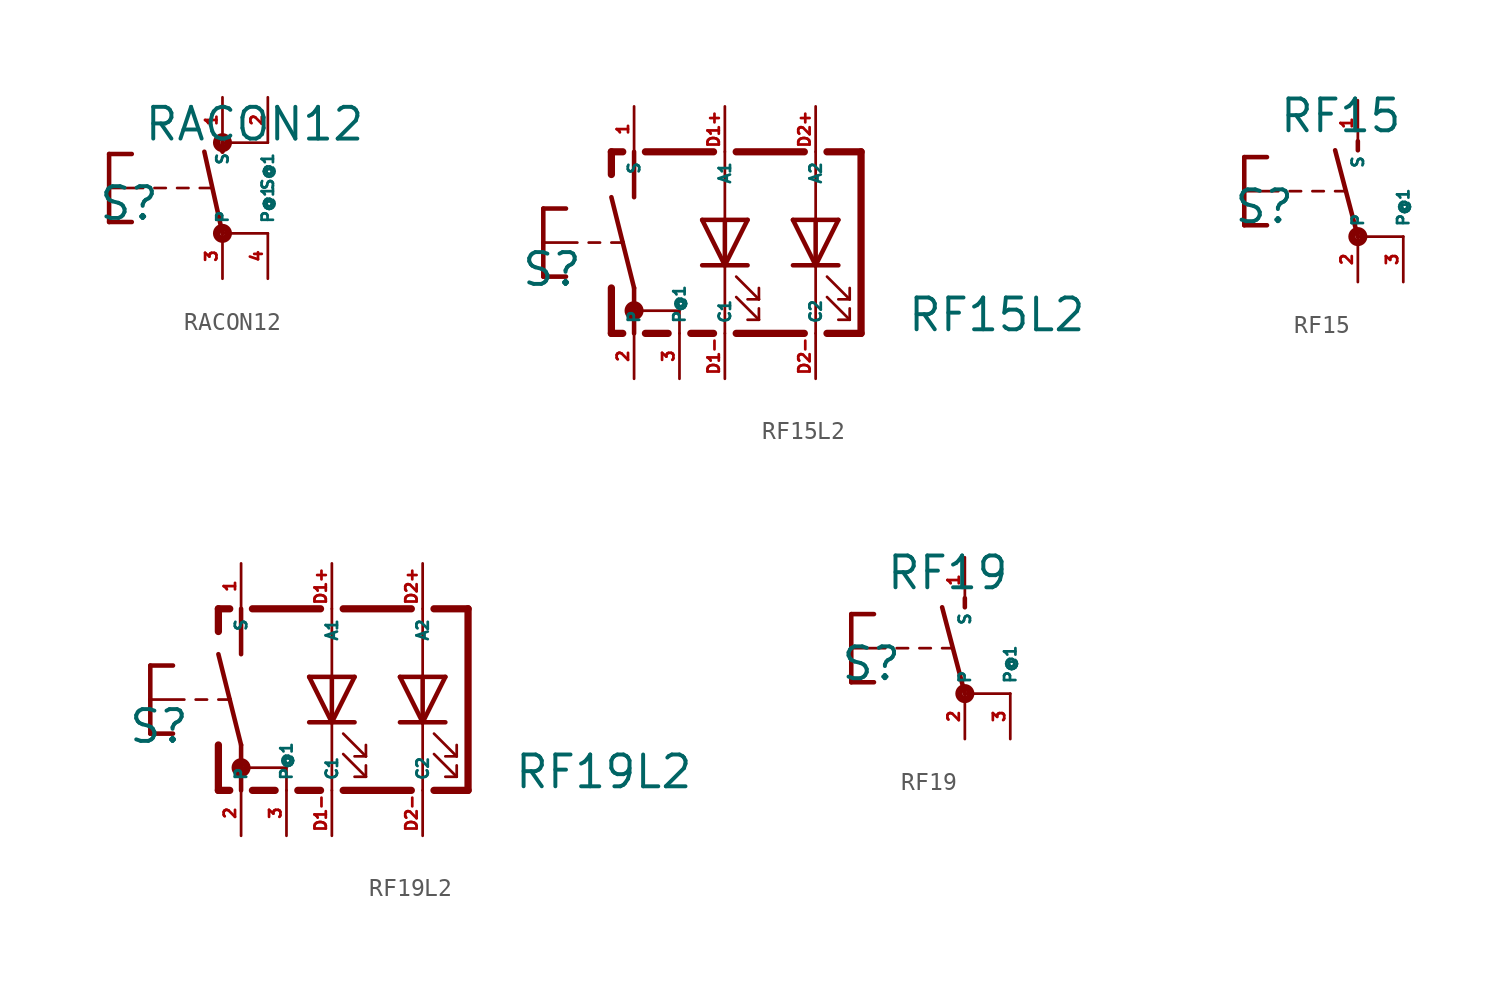
<source format=kicad_sym>
(kicad_symbol_lib
  (version 20220914)
  (generator Eagle2Kicad)
  (symbol "RACON12"
    (property "Reference" "S"
      (at -6.985 -1.905 0)
      (effects (font (size 1.778 1.778) (thickness 0.22)) (justify left bottom)))
    (property "Value" "RACON12"
      (at -4.445 2.54 0)
      (effects (font (size 1.778 1.778) (thickness 0.22)) (justify left bottom)))
    (polyline
      (pts (xy 0 2.032) (xy 0 2.54))
      (stroke (width 0.254) (type default))
      (fill (type none)))
    (polyline
      (pts (xy -6.35 1.905) (xy -5.08 1.905))
      (stroke (width 0.254) (type default))
      (fill (type none)))
    (polyline
      (pts (xy -6.35 1.905) (xy -6.35 0))
      (stroke (width 0.254) (type default))
      (fill (type none)))
    (polyline
      (pts (xy -6.35 -1.905) (xy -5.08 -1.905))
      (stroke (width 0.254) (type default))
      (fill (type none)))
    (polyline
      (pts (xy -6.35 0) (xy -4.445 0))
      (stroke (width 0.152) (type default))
      (fill (type none)))
    (polyline
      (pts (xy -6.35 0) (xy -6.35 -1.905))
      (stroke (width 0.254) (type default))
      (fill (type none)))
    (polyline
      (pts (xy -2.54 0) (xy -1.905 0))
      (stroke (width 0.152) (type default))
      (fill (type none)))
    (polyline
      (pts (xy -1.27 0) (xy -0.635 0))
      (stroke (width 0.152) (type default))
      (fill (type none)))
    (polyline
      (pts (xy -3.81 0) (xy -3.175 0))
      (stroke (width 0.152) (type default))
      (fill (type none)))
    (polyline
      (pts (xy 2.54 2.54) (xy 0 2.54))
      (stroke (width 0.152) (type default))
      (fill (type none)))
    (polyline
      (pts (xy 2.54 -2.54) (xy 0 -2.54))
      (stroke (width 0.152) (type default))
      (fill (type none)))
    (polyline
      (pts (xy 0 -2.54) (xy -1.016 2.032))
      (stroke (width 0.254) (type default))
      (fill (type none)))
    (circle
      (center 0 -2.54)
      (radius 0.127)
      (stroke (width 0.406) (type default))
      (fill (type none)))
    (circle
      (center 0 2.54)
      (radius 0.127)
      (stroke (width 0.406) (type default))
      (fill (type none)))
    (pin passive line
      (at 0 5.08 270)
      (length 2.54)
      (name "S" (effects (font (size 0.635 0.635) (thickness 0.08)) (justify left bottom)))
      (number "1" (effects (font (size 0.635 0.635) (thickness 0.08)) (justify left bottom))))
    (pin passive line
      (at 0 -5.08 90)
      (length 2.54)
      (name "P" (effects (font (size 0.635 0.635) (thickness 0.08)) (justify left bottom)))
      (number "3" (effects (font (size 0.635 0.635) (thickness 0.08)) (justify left bottom))))
    (pin passive line
      (at 2.54 -5.08 90)
      (length 2.54)
      (name "P@1" (effects (font (size 0.635 0.635) (thickness 0.08)) (justify left bottom)))
      (number "4" (effects (font (size 0.635 0.635) (thickness 0.08)) (justify left bottom))))
    (pin passive line
      (at 2.54 5.08 270)
      (length 2.54)
      (name "S@1" (effects (font (size 0.635 0.635) (thickness 0.08)) (justify left bottom)))
      (number "2" (effects (font (size 0.635 0.635) (thickness 0.08)) (justify left bottom)))))
  (symbol "RF15L2"
    (property "Reference" "S"
      (at -6.35 -2.54 0)
      (effects (font (size 1.778 1.778) (thickness 0.22)) (justify left bottom)))
    (property "Value" "RF15L2"
      (at 15.24 -5.08 0)
      (effects (font (size 1.778 1.778) (thickness 0.22)) (justify left bottom)))
    (polyline
      (pts (xy 0 -2.54) (xy 0 -5.08))
      (stroke (width 0.254) (type default))
      (fill (type none)))
    (polyline
      (pts (xy 0 2.54) (xy 0 5.08))
      (stroke (width 0.254) (type default))
      (fill (type none)))
    (polyline
      (pts (xy 0 -2.54) (xy -0.635 0))
      (stroke (width 0.254) (type default))
      (fill (type none)))
    (polyline
      (pts (xy -5.08 1.905) (xy -3.81 1.905))
      (stroke (width 0.254) (type default))
      (fill (type none)))
    (polyline
      (pts (xy -5.08 1.905) (xy -5.08 0))
      (stroke (width 0.254) (type default))
      (fill (type none)))
    (polyline
      (pts (xy -5.08 -1.905) (xy -3.81 -1.905))
      (stroke (width 0.254) (type default))
      (fill (type none)))
    (polyline
      (pts (xy -5.08 0) (xy -3.175 0))
      (stroke (width 0.152) (type default))
      (fill (type none)))
    (polyline
      (pts (xy -5.08 0) (xy -5.08 -1.905))
      (stroke (width 0.254) (type default))
      (fill (type none)))
    (polyline
      (pts (xy -2.54 0) (xy -1.905 0))
      (stroke (width 0.152) (type default))
      (fill (type none)))
    (polyline
      (pts (xy -1.27 0) (xy -0.635 0))
      (stroke (width 0.152) (type default))
      (fill (type none)))
    (polyline
      (pts (xy -0.635 0) (xy -1.27 2.54))
      (stroke (width 0.254) (type default))
      (fill (type none)))
    (polyline
      (pts (xy 6.35 1.27) (xy 5.08 -1.27))
      (stroke (width 0.254) (type default))
      (fill (type none)))
    (polyline
      (pts (xy 5.08 -1.27) (xy 3.81 1.27))
      (stroke (width 0.254) (type default))
      (fill (type none)))
    (polyline
      (pts (xy 6.35 -1.27) (xy 5.08 -1.27))
      (stroke (width 0.254) (type default))
      (fill (type none)))
    (polyline
      (pts (xy 5.08 -1.27) (xy 3.81 -1.27))
      (stroke (width 0.254) (type default))
      (fill (type none)))
    (polyline
      (pts (xy 5.715 -1.905) (xy 6.985 -3.175))
      (stroke (width 0.152) (type default))
      (fill (type none)))
    (polyline
      (pts (xy 6.985 -3.175) (xy 6.985 -2.54))
      (stroke (width 0.152) (type default))
      (fill (type none)))
    (polyline
      (pts (xy 6.985 -3.175) (xy 6.35 -3.175))
      (stroke (width 0.152) (type default))
      (fill (type none)))
    (polyline
      (pts (xy 5.715 -3.048) (xy 6.985 -4.318))
      (stroke (width 0.152) (type default))
      (fill (type none)))
    (polyline
      (pts (xy 6.985 -4.318) (xy 6.985 -3.683))
      (stroke (width 0.152) (type default))
      (fill (type none)))
    (polyline
      (pts (xy 6.985 -4.318) (xy 6.35 -4.318))
      (stroke (width 0.152) (type default))
      (fill (type none)))
    (polyline
      (pts (xy 6.35 1.27) (xy 5.08 1.27))
      (stroke (width 0.254) (type default))
      (fill (type none)))
    (polyline
      (pts (xy 5.08 1.27) (xy 3.81 1.27))
      (stroke (width 0.254) (type default))
      (fill (type none)))
    (polyline
      (pts (xy 5.08 1.27) (xy 5.08 -1.27))
      (stroke (width 0.254) (type default))
      (fill (type none)))
    (polyline
      (pts (xy 11.43 1.27) (xy 10.16 -1.27))
      (stroke (width 0.254) (type default))
      (fill (type none)))
    (polyline
      (pts (xy 10.16 -1.27) (xy 8.89 1.27))
      (stroke (width 0.254) (type default))
      (fill (type none)))
    (polyline
      (pts (xy 11.43 -1.27) (xy 10.16 -1.27))
      (stroke (width 0.254) (type default))
      (fill (type none)))
    (polyline
      (pts (xy 10.16 -1.27) (xy 8.89 -1.27))
      (stroke (width 0.254) (type default))
      (fill (type none)))
    (polyline
      (pts (xy 10.795 -1.905) (xy 12.065 -3.175))
      (stroke (width 0.152) (type default))
      (fill (type none)))
    (polyline
      (pts (xy 12.065 -3.175) (xy 12.065 -2.54))
      (stroke (width 0.152) (type default))
      (fill (type none)))
    (polyline
      (pts (xy 12.065 -3.175) (xy 11.43 -3.175))
      (stroke (width 0.152) (type default))
      (fill (type none)))
    (polyline
      (pts (xy 10.795 -3.048) (xy 12.065 -4.318))
      (stroke (width 0.152) (type default))
      (fill (type none)))
    (polyline
      (pts (xy 12.065 -4.318) (xy 12.065 -3.683))
      (stroke (width 0.152) (type default))
      (fill (type none)))
    (polyline
      (pts (xy 12.065 -4.318) (xy 11.43 -4.318))
      (stroke (width 0.152) (type default))
      (fill (type none)))
    (polyline
      (pts (xy 11.43 1.27) (xy 10.16 1.27))
      (stroke (width 0.254) (type default))
      (fill (type none)))
    (polyline
      (pts (xy 10.16 1.27) (xy 8.89 1.27))
      (stroke (width 0.254) (type default))
      (fill (type none)))
    (polyline
      (pts (xy 10.16 1.27) (xy 10.16 -1.27))
      (stroke (width 0.254) (type default))
      (fill (type none)))
    (polyline
      (pts (xy -1.27 -5.08) (xy -0.635 -5.08))
      (stroke (width 0.406) (type default))
      (fill (type none)))
    (polyline
      (pts (xy 10.795 -5.08) (xy 12.7 -5.08))
      (stroke (width 0.406) (type default))
      (fill (type none)))
    (polyline
      (pts (xy 12.7 -5.08) (xy 12.7 5.08))
      (stroke (width 0.406) (type default))
      (fill (type none)))
    (polyline
      (pts (xy 12.7 5.08) (xy 10.795 5.08))
      (stroke (width 0.406) (type default))
      (fill (type none)))
    (polyline
      (pts (xy -0.635 5.08) (xy -1.27 5.08))
      (stroke (width 0.406) (type default))
      (fill (type none)))
    (polyline
      (pts (xy -1.27 5.08) (xy -1.27 3.81))
      (stroke (width 0.406) (type default))
      (fill (type none)))
    (polyline
      (pts (xy -1.27 -2.54) (xy -1.27 -5.08))
      (stroke (width 0.406) (type default))
      (fill (type none)))
    (polyline
      (pts (xy -0.127 -3.81) (xy 2.54 -3.81))
      (stroke (width 0.152) (type default))
      (fill (type none)))
    (polyline
      (pts (xy 2.54 -5.08) (xy 2.54 -3.81))
      (stroke (width 0.152) (type default))
      (fill (type none)))
    (polyline
      (pts (xy 10.16 -5.08) (xy 10.16 -1.27))
      (stroke (width 0.152) (type default))
      (fill (type none)))
    (polyline
      (pts (xy 10.16 5.08) (xy 10.16 1.27))
      (stroke (width 0.152) (type default))
      (fill (type none)))
    (polyline
      (pts (xy 5.08 1.27) (xy 5.08 5.08))
      (stroke (width 0.152) (type default))
      (fill (type none)))
    (polyline
      (pts (xy 5.08 -5.08) (xy 5.08 -1.27))
      (stroke (width 0.152) (type default))
      (fill (type none)))
    (polyline
      (pts (xy 4.445 5.08) (xy 0.635 5.08))
      (stroke (width 0.406) (type default))
      (fill (type none)))
    (polyline
      (pts (xy 9.525 5.08) (xy 5.715 5.08))
      (stroke (width 0.406) (type default))
      (fill (type none)))
    (polyline
      (pts (xy 4.445 -5.08) (xy 3.175 -5.08))
      (stroke (width 0.406) (type default))
      (fill (type none)))
    (polyline
      (pts (xy 9.525 -5.08) (xy 5.715 -5.08))
      (stroke (width 0.406) (type default))
      (fill (type none)))
    (polyline
      (pts (xy 1.905 -5.08) (xy 0.635 -5.08))
      (stroke (width 0.406) (type default))
      (fill (type none)))
    (circle
      (center 0 -3.81)
      (radius 0.127)
      (stroke (width 0.406) (type default))
      (fill (type none)))
    (pin passive line
      (at 0 -7.62 90)
      (length 2.54)
      (name "P" (effects (font (size 0.635 0.635) (thickness 0.08)) (justify left bottom)))
      (number "2" (effects (font (size 0.635 0.635) (thickness 0.08)) (justify left bottom))))
    (pin passive line
      (at 0 7.62 270)
      (length 2.54)
      (name "S" (effects (font (size 0.635 0.635) (thickness 0.08)) (justify left bottom)))
      (number "1" (effects (font (size 0.635 0.635) (thickness 0.08)) (justify left bottom))))
    (pin passive line
      (at 2.54 -7.62 90)
      (length 2.54)
      (name "P@1" (effects (font (size 0.635 0.635) (thickness 0.08)) (justify left bottom)))
      (number "3" (effects (font (size 0.635 0.635) (thickness 0.08)) (justify left bottom))))
    (pin passive line
      (at 5.08 -7.62 90)
      (length 2.54)
      (name "C1" (effects (font (size 0.635 0.635) (thickness 0.08)) (justify left bottom)))
      (number "D1-" (effects (font (size 0.635 0.635) (thickness 0.08)) (justify left bottom))))
    (pin passive line
      (at 5.08 7.62 270)
      (length 2.54)
      (name "A1" (effects (font (size 0.635 0.635) (thickness 0.08)) (justify left bottom)))
      (number "D1+" (effects (font (size 0.635 0.635) (thickness 0.08)) (justify left bottom))))
    (pin passive line
      (at 10.16 -7.62 90)
      (length 2.54)
      (name "C2" (effects (font (size 0.635 0.635) (thickness 0.08)) (justify left bottom)))
      (number "D2-" (effects (font (size 0.635 0.635) (thickness 0.08)) (justify left bottom))))
    (pin passive line
      (at 10.16 7.62 270)
      (length 2.54)
      (name "A2" (effects (font (size 0.635 0.635) (thickness 0.08)) (justify left bottom)))
      (number "D2+" (effects (font (size 0.635 0.635) (thickness 0.08)) (justify left bottom)))))
  (symbol "RF15"
    (property "Reference" "S"
      (at -6.985 -1.905 0)
      (effects (font (size 1.778 1.778) (thickness 0.22)) (justify left bottom)))
    (property "Value" "RF15"
      (at -4.445 3.175 0)
      (effects (font (size 1.778 1.778) (thickness 0.22)) (justify left bottom)))
    (polyline
      (pts (xy 0 2.286) (xy 0 2.794))
      (stroke (width 0.254) (type default))
      (fill (type none)))
    (polyline
      (pts (xy -6.35 1.905) (xy -5.08 1.905))
      (stroke (width 0.254) (type default))
      (fill (type none)))
    (polyline
      (pts (xy -6.35 1.905) (xy -6.35 0))
      (stroke (width 0.254) (type default))
      (fill (type none)))
    (polyline
      (pts (xy -6.35 -1.905) (xy -5.08 -1.905))
      (stroke (width 0.254) (type default))
      (fill (type none)))
    (polyline
      (pts (xy -6.35 0) (xy -4.445 0))
      (stroke (width 0.152) (type default))
      (fill (type none)))
    (polyline
      (pts (xy -6.35 0) (xy -6.35 -1.905))
      (stroke (width 0.254) (type default))
      (fill (type none)))
    (polyline
      (pts (xy -2.54 0) (xy -1.905 0))
      (stroke (width 0.152) (type default))
      (fill (type none)))
    (polyline
      (pts (xy -1.27 0) (xy -0.635 0))
      (stroke (width 0.152) (type default))
      (fill (type none)))
    (polyline
      (pts (xy -3.81 0) (xy -3.175 0))
      (stroke (width 0.152) (type default))
      (fill (type none)))
    (polyline
      (pts (xy 2.54 -2.54) (xy 0 -2.54))
      (stroke (width 0.152) (type default))
      (fill (type none)))
    (polyline
      (pts (xy 0 -2.54) (xy -1.27 2.286))
      (stroke (width 0.254) (type default))
      (fill (type none)))
    (circle
      (center 0 -2.54)
      (radius 0.127)
      (stroke (width 0.406) (type default))
      (fill (type none)))
    (pin passive line
      (at 0 5.08 270)
      (length 2.54)
      (name "S" (effects (font (size 0.635 0.635) (thickness 0.08)) (justify left bottom)))
      (number "1" (effects (font (size 0.635 0.635) (thickness 0.08)) (justify left bottom))))
    (pin passive line
      (at 0 -5.08 90)
      (length 2.54)
      (name "P" (effects (font (size 0.635 0.635) (thickness 0.08)) (justify left bottom)))
      (number "2" (effects (font (size 0.635 0.635) (thickness 0.08)) (justify left bottom))))
    (pin passive line
      (at 2.54 -5.08 90)
      (length 2.54)
      (name "P@1" (effects (font (size 0.635 0.635) (thickness 0.08)) (justify left bottom)))
      (number "3" (effects (font (size 0.635 0.635) (thickness 0.08)) (justify left bottom)))))
  (symbol "RF19L2"
    (property "Reference" "S"
      (at -6.35 -2.54 0)
      (effects (font (size 1.778 1.778) (thickness 0.22)) (justify left bottom)))
    (property "Value" "RF19L2"
      (at 15.24 -5.08 0)
      (effects (font (size 1.778 1.778) (thickness 0.22)) (justify left bottom)))
    (polyline
      (pts (xy 0 -2.54) (xy 0 -5.08))
      (stroke (width 0.254) (type default))
      (fill (type none)))
    (polyline
      (pts (xy 0 2.54) (xy 0 5.08))
      (stroke (width 0.254) (type default))
      (fill (type none)))
    (polyline
      (pts (xy 0 -2.54) (xy -0.635 0))
      (stroke (width 0.254) (type default))
      (fill (type none)))
    (polyline
      (pts (xy -5.08 1.905) (xy -3.81 1.905))
      (stroke (width 0.254) (type default))
      (fill (type none)))
    (polyline
      (pts (xy -5.08 1.905) (xy -5.08 0))
      (stroke (width 0.254) (type default))
      (fill (type none)))
    (polyline
      (pts (xy -5.08 -1.905) (xy -3.81 -1.905))
      (stroke (width 0.254) (type default))
      (fill (type none)))
    (polyline
      (pts (xy -5.08 0) (xy -3.175 0))
      (stroke (width 0.152) (type default))
      (fill (type none)))
    (polyline
      (pts (xy -5.08 0) (xy -5.08 -1.905))
      (stroke (width 0.254) (type default))
      (fill (type none)))
    (polyline
      (pts (xy -2.54 0) (xy -1.905 0))
      (stroke (width 0.152) (type default))
      (fill (type none)))
    (polyline
      (pts (xy -1.27 0) (xy -0.635 0))
      (stroke (width 0.152) (type default))
      (fill (type none)))
    (polyline
      (pts (xy -0.635 0) (xy -1.27 2.54))
      (stroke (width 0.254) (type default))
      (fill (type none)))
    (polyline
      (pts (xy 6.35 1.27) (xy 5.08 -1.27))
      (stroke (width 0.254) (type default))
      (fill (type none)))
    (polyline
      (pts (xy 5.08 -1.27) (xy 3.81 1.27))
      (stroke (width 0.254) (type default))
      (fill (type none)))
    (polyline
      (pts (xy 6.35 -1.27) (xy 5.08 -1.27))
      (stroke (width 0.254) (type default))
      (fill (type none)))
    (polyline
      (pts (xy 5.08 -1.27) (xy 3.81 -1.27))
      (stroke (width 0.254) (type default))
      (fill (type none)))
    (polyline
      (pts (xy 5.715 -1.905) (xy 6.985 -3.175))
      (stroke (width 0.152) (type default))
      (fill (type none)))
    (polyline
      (pts (xy 6.985 -3.175) (xy 6.985 -2.54))
      (stroke (width 0.152) (type default))
      (fill (type none)))
    (polyline
      (pts (xy 6.985 -3.175) (xy 6.35 -3.175))
      (stroke (width 0.152) (type default))
      (fill (type none)))
    (polyline
      (pts (xy 5.715 -3.048) (xy 6.985 -4.318))
      (stroke (width 0.152) (type default))
      (fill (type none)))
    (polyline
      (pts (xy 6.985 -4.318) (xy 6.985 -3.683))
      (stroke (width 0.152) (type default))
      (fill (type none)))
    (polyline
      (pts (xy 6.985 -4.318) (xy 6.35 -4.318))
      (stroke (width 0.152) (type default))
      (fill (type none)))
    (polyline
      (pts (xy 6.35 1.27) (xy 5.08 1.27))
      (stroke (width 0.254) (type default))
      (fill (type none)))
    (polyline
      (pts (xy 5.08 1.27) (xy 3.81 1.27))
      (stroke (width 0.254) (type default))
      (fill (type none)))
    (polyline
      (pts (xy 5.08 1.27) (xy 5.08 -1.27))
      (stroke (width 0.254) (type default))
      (fill (type none)))
    (polyline
      (pts (xy 11.43 1.27) (xy 10.16 -1.27))
      (stroke (width 0.254) (type default))
      (fill (type none)))
    (polyline
      (pts (xy 10.16 -1.27) (xy 8.89 1.27))
      (stroke (width 0.254) (type default))
      (fill (type none)))
    (polyline
      (pts (xy 11.43 -1.27) (xy 10.16 -1.27))
      (stroke (width 0.254) (type default))
      (fill (type none)))
    (polyline
      (pts (xy 10.16 -1.27) (xy 8.89 -1.27))
      (stroke (width 0.254) (type default))
      (fill (type none)))
    (polyline
      (pts (xy 10.795 -1.905) (xy 12.065 -3.175))
      (stroke (width 0.152) (type default))
      (fill (type none)))
    (polyline
      (pts (xy 12.065 -3.175) (xy 12.065 -2.54))
      (stroke (width 0.152) (type default))
      (fill (type none)))
    (polyline
      (pts (xy 12.065 -3.175) (xy 11.43 -3.175))
      (stroke (width 0.152) (type default))
      (fill (type none)))
    (polyline
      (pts (xy 10.795 -3.048) (xy 12.065 -4.318))
      (stroke (width 0.152) (type default))
      (fill (type none)))
    (polyline
      (pts (xy 12.065 -4.318) (xy 12.065 -3.683))
      (stroke (width 0.152) (type default))
      (fill (type none)))
    (polyline
      (pts (xy 12.065 -4.318) (xy 11.43 -4.318))
      (stroke (width 0.152) (type default))
      (fill (type none)))
    (polyline
      (pts (xy 11.43 1.27) (xy 10.16 1.27))
      (stroke (width 0.254) (type default))
      (fill (type none)))
    (polyline
      (pts (xy 10.16 1.27) (xy 8.89 1.27))
      (stroke (width 0.254) (type default))
      (fill (type none)))
    (polyline
      (pts (xy 10.16 1.27) (xy 10.16 -1.27))
      (stroke (width 0.254) (type default))
      (fill (type none)))
    (polyline
      (pts (xy -1.27 -5.08) (xy -0.635 -5.08))
      (stroke (width 0.406) (type default))
      (fill (type none)))
    (polyline
      (pts (xy 10.795 -5.08) (xy 12.7 -5.08))
      (stroke (width 0.406) (type default))
      (fill (type none)))
    (polyline
      (pts (xy 12.7 -5.08) (xy 12.7 5.08))
      (stroke (width 0.406) (type default))
      (fill (type none)))
    (polyline
      (pts (xy 12.7 5.08) (xy 10.795 5.08))
      (stroke (width 0.406) (type default))
      (fill (type none)))
    (polyline
      (pts (xy -0.635 5.08) (xy -1.27 5.08))
      (stroke (width 0.406) (type default))
      (fill (type none)))
    (polyline
      (pts (xy -1.27 5.08) (xy -1.27 3.81))
      (stroke (width 0.406) (type default))
      (fill (type none)))
    (polyline
      (pts (xy -1.27 -2.54) (xy -1.27 -5.08))
      (stroke (width 0.406) (type default))
      (fill (type none)))
    (polyline
      (pts (xy -0.127 -3.81) (xy 2.54 -3.81))
      (stroke (width 0.152) (type default))
      (fill (type none)))
    (polyline
      (pts (xy 2.54 -5.08) (xy 2.54 -3.81))
      (stroke (width 0.152) (type default))
      (fill (type none)))
    (polyline
      (pts (xy 10.16 -5.08) (xy 10.16 -1.27))
      (stroke (width 0.152) (type default))
      (fill (type none)))
    (polyline
      (pts (xy 10.16 5.08) (xy 10.16 1.27))
      (stroke (width 0.152) (type default))
      (fill (type none)))
    (polyline
      (pts (xy 5.08 1.27) (xy 5.08 5.08))
      (stroke (width 0.152) (type default))
      (fill (type none)))
    (polyline
      (pts (xy 5.08 -5.08) (xy 5.08 -1.27))
      (stroke (width 0.152) (type default))
      (fill (type none)))
    (polyline
      (pts (xy 4.445 5.08) (xy 0.635 5.08))
      (stroke (width 0.406) (type default))
      (fill (type none)))
    (polyline
      (pts (xy 9.525 5.08) (xy 5.715 5.08))
      (stroke (width 0.406) (type default))
      (fill (type none)))
    (polyline
      (pts (xy 4.445 -5.08) (xy 3.175 -5.08))
      (stroke (width 0.406) (type default))
      (fill (type none)))
    (polyline
      (pts (xy 9.525 -5.08) (xy 5.715 -5.08))
      (stroke (width 0.406) (type default))
      (fill (type none)))
    (polyline
      (pts (xy 1.905 -5.08) (xy 0.635 -5.08))
      (stroke (width 0.406) (type default))
      (fill (type none)))
    (circle
      (center 0 -3.81)
      (radius 0.127)
      (stroke (width 0.406) (type default))
      (fill (type none)))
    (pin passive line
      (at 0 -7.62 90)
      (length 2.54)
      (name "P" (effects (font (size 0.635 0.635) (thickness 0.08)) (justify left bottom)))
      (number "2" (effects (font (size 0.635 0.635) (thickness 0.08)) (justify left bottom))))
    (pin passive line
      (at 0 7.62 270)
      (length 2.54)
      (name "S" (effects (font (size 0.635 0.635) (thickness 0.08)) (justify left bottom)))
      (number "1" (effects (font (size 0.635 0.635) (thickness 0.08)) (justify left bottom))))
    (pin passive line
      (at 2.54 -7.62 90)
      (length 2.54)
      (name "P@1" (effects (font (size 0.635 0.635) (thickness 0.08)) (justify left bottom)))
      (number "3" (effects (font (size 0.635 0.635) (thickness 0.08)) (justify left bottom))))
    (pin passive line
      (at 5.08 -7.62 90)
      (length 2.54)
      (name "C1" (effects (font (size 0.635 0.635) (thickness 0.08)) (justify left bottom)))
      (number "D1-" (effects (font (size 0.635 0.635) (thickness 0.08)) (justify left bottom))))
    (pin passive line
      (at 5.08 7.62 270)
      (length 2.54)
      (name "A1" (effects (font (size 0.635 0.635) (thickness 0.08)) (justify left bottom)))
      (number "D1+" (effects (font (size 0.635 0.635) (thickness 0.08)) (justify left bottom))))
    (pin passive line
      (at 10.16 -7.62 90)
      (length 2.54)
      (name "C2" (effects (font (size 0.635 0.635) (thickness 0.08)) (justify left bottom)))
      (number "D2-" (effects (font (size 0.635 0.635) (thickness 0.08)) (justify left bottom))))
    (pin passive line
      (at 10.16 7.62 270)
      (length 2.54)
      (name "A2" (effects (font (size 0.635 0.635) (thickness 0.08)) (justify left bottom)))
      (number "D2+" (effects (font (size 0.635 0.635) (thickness 0.08)) (justify left bottom)))))
  (symbol "RF19"
    (property "Reference" "S"
      (at -6.985 -1.905 0)
      (effects (font (size 1.778 1.778) (thickness 0.22)) (justify left bottom)))
    (property "Value" "RF19"
      (at -4.445 3.175 0)
      (effects (font (size 1.778 1.778) (thickness 0.22)) (justify left bottom)))
    (polyline
      (pts (xy 0 2.286) (xy 0 2.794))
      (stroke (width 0.254) (type default))
      (fill (type none)))
    (polyline
      (pts (xy -6.35 1.905) (xy -5.08 1.905))
      (stroke (width 0.254) (type default))
      (fill (type none)))
    (polyline
      (pts (xy -6.35 1.905) (xy -6.35 0))
      (stroke (width 0.254) (type default))
      (fill (type none)))
    (polyline
      (pts (xy -6.35 -1.905) (xy -5.08 -1.905))
      (stroke (width 0.254) (type default))
      (fill (type none)))
    (polyline
      (pts (xy -6.35 0) (xy -4.445 0))
      (stroke (width 0.152) (type default))
      (fill (type none)))
    (polyline
      (pts (xy -6.35 0) (xy -6.35 -1.905))
      (stroke (width 0.254) (type default))
      (fill (type none)))
    (polyline
      (pts (xy -2.54 0) (xy -1.905 0))
      (stroke (width 0.152) (type default))
      (fill (type none)))
    (polyline
      (pts (xy -1.27 0) (xy -0.635 0))
      (stroke (width 0.152) (type default))
      (fill (type none)))
    (polyline
      (pts (xy -3.81 0) (xy -3.175 0))
      (stroke (width 0.152) (type default))
      (fill (type none)))
    (polyline
      (pts (xy 2.54 -2.54) (xy 0 -2.54))
      (stroke (width 0.152) (type default))
      (fill (type none)))
    (polyline
      (pts (xy 0 -2.54) (xy -1.27 2.286))
      (stroke (width 0.254) (type default))
      (fill (type none)))
    (circle
      (center 0 -2.54)
      (radius 0.127)
      (stroke (width 0.406) (type default))
      (fill (type none)))
    (pin passive line
      (at 0 5.08 270)
      (length 2.54)
      (name "S" (effects (font (size 0.635 0.635) (thickness 0.08)) (justify left bottom)))
      (number "1" (effects (font (size 0.635 0.635) (thickness 0.08)) (justify left bottom))))
    (pin passive line
      (at 0 -5.08 90)
      (length 2.54)
      (name "P" (effects (font (size 0.635 0.635) (thickness 0.08)) (justify left bottom)))
      (number "2" (effects (font (size 0.635 0.635) (thickness 0.08)) (justify left bottom))))
    (pin passive line
      (at 2.54 -5.08 90)
      (length 2.54)
      (name "P@1" (effects (font (size 0.635 0.635) (thickness 0.08)) (justify left bottom)))
      (number "3" (effects (font (size 0.635 0.635) (thickness 0.08)) (justify left bottom))))))
</source>
